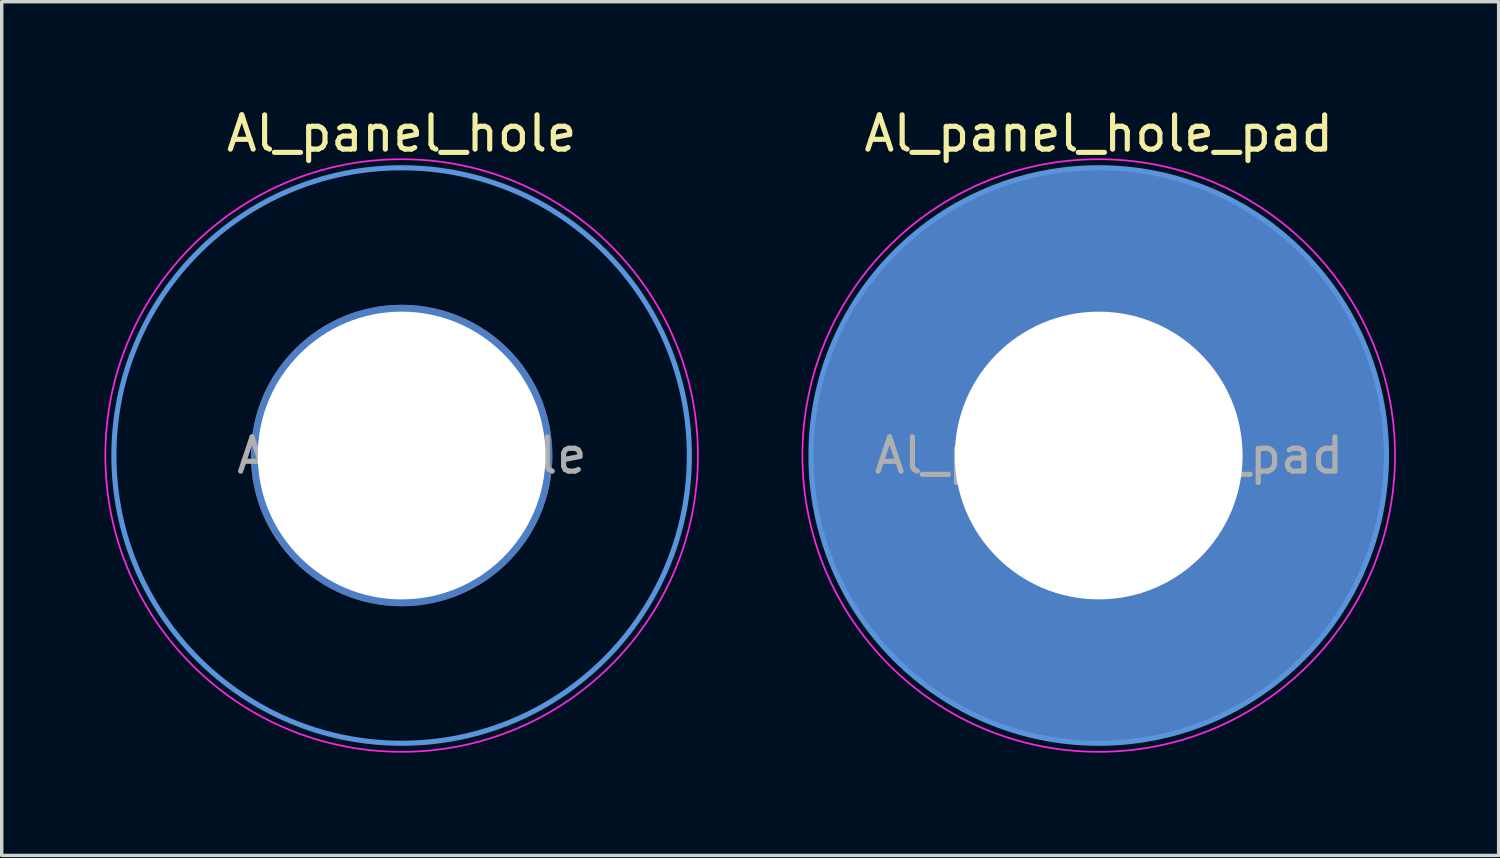
<source format=kicad_pcb>
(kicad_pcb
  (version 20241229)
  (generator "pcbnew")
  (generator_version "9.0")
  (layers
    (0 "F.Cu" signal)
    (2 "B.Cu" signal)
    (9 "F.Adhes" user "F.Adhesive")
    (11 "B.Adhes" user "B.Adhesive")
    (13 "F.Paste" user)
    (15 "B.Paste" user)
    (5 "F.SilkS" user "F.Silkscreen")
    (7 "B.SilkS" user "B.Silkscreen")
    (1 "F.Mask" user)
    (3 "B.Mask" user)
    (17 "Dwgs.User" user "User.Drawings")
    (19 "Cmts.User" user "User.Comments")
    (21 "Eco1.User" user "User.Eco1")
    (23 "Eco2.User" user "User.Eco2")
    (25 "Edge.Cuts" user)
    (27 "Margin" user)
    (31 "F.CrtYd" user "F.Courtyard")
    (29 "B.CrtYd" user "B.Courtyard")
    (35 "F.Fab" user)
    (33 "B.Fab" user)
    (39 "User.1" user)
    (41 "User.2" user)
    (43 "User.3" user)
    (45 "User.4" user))
  (footprint "Al_panel_hole"
    (layer "F.Cu")
    (at 8.675 10.248)
    (property "Reference" "Al_panel_hole" (at 0 -9.4 0) (layer "F.SilkS") (effects (font (size 1 1) (thickness 0.15))))
    (attr exclude_from_pos_files exclude_from_bom)
    (fp_circle (center 0 0) (end 8.4 0) (stroke (width 0.15) (type solid)) (fill no) (layer "Cmts.User"))
    (fp_circle (center 0 0) (end 8.65 0) (stroke (width 0.05) (type solid)) (fill no) (layer "F.CrtYd"))
    (fp_text user "${REFERENCE}" (at 0.3 0 0) (layer "F.Fab") (effects (font (size 1 1) (thickness 0.15))))
    (pad "" np_thru_hole circle (at 0 0) (size 8.8 8.8) (drill 8.4) (layers "*.Cu" "*.Mask"))
    (pad "" connect circle (at 0 0) (size 16.8 16.8) (layers "F.Mask")))
  (footprint "Al_panel_hole_pad"
    (layer "F.Cu")
    (at 29.025 10.248)
    (property "Reference" "Al_panel_hole_pad" (at 0 -9.4 0) (layer "F.SilkS") (effects (font (size 1 1) (thickness 0.15))))
    (attr exclude_from_pos_files exclude_from_bom)
    (fp_circle (center 0 0) (end 8.4 0) (stroke (width 0.15) (type solid)) (fill no) (layer "Cmts.User"))
    (fp_circle (center 0 0) (end 8.65 0) (stroke (width 0.05) (type solid)) (fill no) (layer "F.CrtYd"))
    (fp_text user "${REFERENCE}" (at 0.3 0 0) (layer "F.Fab") (effects (font (size 1 1) (thickness 0.15))))
    (pad "" np_thru_hole circle (at 0 0) (size 16.8 16.8) (drill 8.4) (layers "*.Cu" "*.Mask")))
  (gr_rect
    (start -3 -3)
    (end 40.7 21.923)
    (stroke (width 0.1) (type default))
    (fill no)
    (layer "Edge.Cuts")))
</source>
